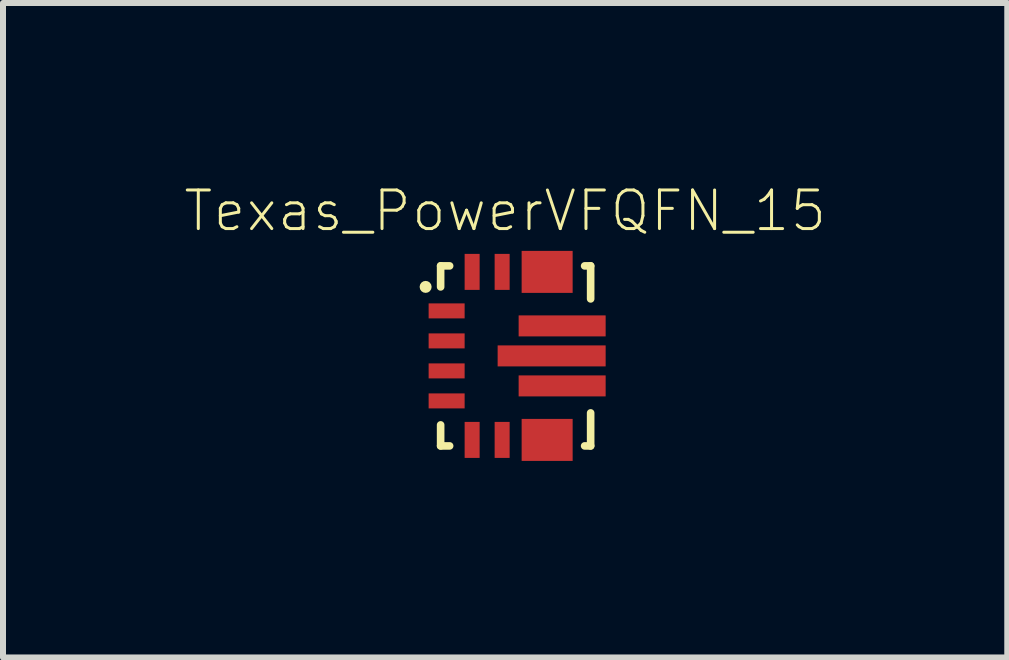
<source format=kicad_pcb>
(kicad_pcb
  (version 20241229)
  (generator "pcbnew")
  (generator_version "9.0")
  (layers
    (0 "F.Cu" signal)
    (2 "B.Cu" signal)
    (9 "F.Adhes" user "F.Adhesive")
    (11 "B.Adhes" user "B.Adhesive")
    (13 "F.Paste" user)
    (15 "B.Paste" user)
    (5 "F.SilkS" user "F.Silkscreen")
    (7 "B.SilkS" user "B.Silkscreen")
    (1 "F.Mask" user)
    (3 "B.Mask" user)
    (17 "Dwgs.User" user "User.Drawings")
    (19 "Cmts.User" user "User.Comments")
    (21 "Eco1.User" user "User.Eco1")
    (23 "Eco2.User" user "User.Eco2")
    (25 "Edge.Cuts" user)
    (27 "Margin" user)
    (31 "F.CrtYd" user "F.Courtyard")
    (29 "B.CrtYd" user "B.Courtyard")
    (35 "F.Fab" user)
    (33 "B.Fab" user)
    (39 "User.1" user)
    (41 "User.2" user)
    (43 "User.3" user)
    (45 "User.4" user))
  (footprint "Texas_PowerVFQFN_15"
    (layer "F.Cu")
    (at 5.543 2.881)
    (property "Reference" "Texas_PowerVFQFN_15" (at -0.175 -2.417 0) (layer "F.SilkS") (effects (font (size 0.643 0.643) (thickness 0.05))))
    (attr smd)
    (fp_line (start -1.45 -0.876) (end -0.85 -0.876) (stroke (width 0.1) (type solid)) (layer "F.Mask"))
    (fp_line (start -1.45 -0.8) (end -1.45 -0.876) (stroke (width 0.1) (type solid)) (layer "F.Mask"))
    (fp_line (start -1.45 -0.8) (end -0.85 -0.8) (stroke (width 0.1) (type solid)) (layer "F.Mask"))
    (fp_line (start -1.45 -0.72) (end -1.45 -0.8) (stroke (width 0.1) (type solid)) (layer "F.Mask"))
    (fp_line (start -1.45 -0.72) (end -0.85 -0.72) (stroke (width 0.1) (type solid)) (layer "F.Mask"))
    (fp_line (start -1.45 -0.625) (end -1.45 -0.72) (stroke (width 0.1) (type solid)) (layer "F.Mask"))
    (fp_line (start -1.45 -0.376) (end -0.85 -0.376) (stroke (width 0.1) (type solid)) (layer "F.Mask"))
    (fp_line (start -1.45 -0.3) (end -1.45 -0.376) (stroke (width 0.1) (type solid)) (layer "F.Mask"))
    (fp_line (start -1.45 -0.3) (end -0.85 -0.3) (stroke (width 0.1) (type solid)) (layer "F.Mask"))
    (fp_line (start -1.45 -0.22) (end -1.45 -0.3) (stroke (width 0.1) (type solid)) (layer "F.Mask"))
    (fp_line (start -1.45 -0.22) (end -0.85 -0.22) (stroke (width 0.1) (type solid)) (layer "F.Mask"))
    (fp_line (start -1.45 -0.125) (end -1.45 -0.22) (stroke (width 0.1) (type solid)) (layer "F.Mask"))
    (fp_line (start -1.45 0.124) (end -0.85 0.124) (stroke (width 0.1) (type solid)) (layer "F.Mask"))
    (fp_line (start -1.45 0.2) (end -1.45 0.124) (stroke (width 0.1) (type solid)) (layer "F.Mask"))
    (fp_line (start -1.45 0.2) (end -0.85 0.2) (stroke (width 0.1) (type solid)) (layer "F.Mask"))
    (fp_line (start -1.45 0.28) (end -1.45 0.2) (stroke (width 0.1) (type solid)) (layer "F.Mask"))
    (fp_line (start -1.45 0.28) (end -0.85 0.28) (stroke (width 0.1) (type solid)) (layer "F.Mask"))
    (fp_line (start -1.45 0.375) (end -1.45 0.28) (stroke (width 0.1) (type solid)) (layer "F.Mask"))
    (fp_line (start -1.45 0.624) (end -0.85 0.624) (stroke (width 0.1) (type solid)) (layer "F.Mask"))
    (fp_line (start -1.45 0.7) (end -1.45 0.624) (stroke (width 0.1) (type solid)) (layer "F.Mask"))
    (fp_line (start -1.45 0.7) (end -0.85 0.7) (stroke (width 0.1) (type solid)) (layer "F.Mask"))
    (fp_line (start -1.45 0.78) (end -1.45 0.7) (stroke (width 0.1) (type solid)) (layer "F.Mask"))
    (fp_line (start -1.45 0.78) (end -0.85 0.78) (stroke (width 0.1) (type solid)) (layer "F.Mask"))
    (fp_line (start -1.45 0.875) (end -1.45 0.78) (stroke (width 0.1) (type solid)) (layer "F.Mask"))
    (fp_line (start -0.851 -1.7) (end -0.775 -1.7) (stroke (width 0.1) (type solid)) (layer "F.Mask"))
    (fp_line (start -0.851 -1.1) (end -0.851 -1.7) (stroke (width 0.1) (type solid)) (layer "F.Mask"))
    (fp_line (start -0.851 1.1) (end -0.775 1.1) (stroke (width 0.1) (type solid)) (layer "F.Mask"))
    (fp_line (start -0.851 1.7) (end -0.851 1.1) (stroke (width 0.1) (type solid)) (layer "F.Mask"))
    (fp_line (start -0.85 -0.876) (end -0.85 -0.8) (stroke (width 0.1) (type solid)) (layer "F.Mask"))
    (fp_line (start -0.85 -0.8) (end -0.85 -0.72) (stroke (width 0.1) (type solid)) (layer "F.Mask"))
    (fp_line (start -0.85 -0.72) (end -0.85 -0.625) (stroke (width 0.1) (type solid)) (layer "F.Mask"))
    (fp_line (start -0.85 -0.625) (end -1.45 -0.625) (stroke (width 0.1) (type solid)) (layer "F.Mask"))
    (fp_line (start -0.85 -0.376) (end -0.85 -0.3) (stroke (width 0.1) (type solid)) (layer "F.Mask"))
    (fp_line (start -0.85 -0.3) (end -0.85 -0.22) (stroke (width 0.1) (type solid)) (layer "F.Mask"))
    (fp_line (start -0.85 -0.22) (end -0.85 -0.125) (stroke (width 0.1) (type solid)) (layer "F.Mask"))
    (fp_line (start -0.85 -0.125) (end -1.45 -0.125) (stroke (width 0.1) (type solid)) (layer "F.Mask"))
    (fp_line (start -0.85 0.124) (end -0.85 0.2) (stroke (width 0.1) (type solid)) (layer "F.Mask"))
    (fp_line (start -0.85 0.2) (end -0.85 0.28) (stroke (width 0.1) (type solid)) (layer "F.Mask"))
    (fp_line (start -0.85 0.28) (end -0.85 0.375) (stroke (width 0.1) (type solid)) (layer "F.Mask"))
    (fp_line (start -0.85 0.375) (end -1.45 0.375) (stroke (width 0.1) (type solid)) (layer "F.Mask"))
    (fp_line (start -0.85 0.624) (end -0.85 0.7) (stroke (width 0.1) (type solid)) (layer "F.Mask"))
    (fp_line (start -0.85 0.7) (end -0.85 0.78) (stroke (width 0.1) (type solid)) (layer "F.Mask"))
    (fp_line (start -0.85 0.78) (end -0.85 0.875) (stroke (width 0.1) (type solid)) (layer "F.Mask"))
    (fp_line (start -0.85 0.875) (end -1.45 0.875) (stroke (width 0.1) (type solid)) (layer "F.Mask"))
    (fp_line (start -0.775 -1.7) (end -0.695 -1.7) (stroke (width 0.1) (type solid)) (layer "F.Mask"))
    (fp_line (start -0.775 -1.1) (end -0.851 -1.1) (stroke (width 0.1) (type solid)) (layer "F.Mask"))
    (fp_line (start -0.775 -1.1) (end -0.775 -1.7) (stroke (width 0.1) (type solid)) (layer "F.Mask"))
    (fp_line (start -0.775 1.1) (end -0.695 1.1) (stroke (width 0.1) (type solid)) (layer "F.Mask"))
    (fp_line (start -0.775 1.7) (end -0.851 1.7) (stroke (width 0.1) (type solid)) (layer "F.Mask"))
    (fp_line (start -0.775 1.7) (end -0.775 1.1) (stroke (width 0.1) (type solid)) (layer "F.Mask"))
    (fp_line (start -0.695 -1.7) (end -0.6 -1.7) (stroke (width 0.1) (type solid)) (layer "F.Mask"))
    (fp_line (start -0.695 -1.1) (end -0.775 -1.1) (stroke (width 0.1) (type solid)) (layer "F.Mask"))
    (fp_line (start -0.695 -1.1) (end -0.695 -1.7) (stroke (width 0.1) (type solid)) (layer "F.Mask"))
    (fp_line (start -0.695 1.1) (end -0.6 1.1) (stroke (width 0.1) (type solid)) (layer "F.Mask"))
    (fp_line (start -0.695 1.7) (end -0.775 1.7) (stroke (width 0.1) (type solid)) (layer "F.Mask"))
    (fp_line (start -0.695 1.7) (end -0.695 1.1) (stroke (width 0.1) (type solid)) (layer "F.Mask"))
    (fp_line (start -0.6 -1.7) (end -0.6 -1.1) (stroke (width 0.1) (type solid)) (layer "F.Mask"))
    (fp_line (start -0.6 -1.1) (end -0.695 -1.1) (stroke (width 0.1) (type solid)) (layer "F.Mask"))
    (fp_line (start -0.6 1.1) (end -0.6 1.7) (stroke (width 0.1) (type solid)) (layer "F.Mask"))
    (fp_line (start -0.6 1.7) (end -0.695 1.7) (stroke (width 0.1) (type solid)) (layer "F.Mask"))
    (fp_line (start -0.351 -1.7) (end -0.275 -1.7) (stroke (width 0.1) (type solid)) (layer "F.Mask"))
    (fp_line (start -0.351 -1.1) (end -0.351 -1.7) (stroke (width 0.1) (type solid)) (layer "F.Mask"))
    (fp_line (start -0.351 1.1) (end -0.275 1.1) (stroke (width 0.1) (type solid)) (layer "F.Mask"))
    (fp_line (start -0.351 1.7) (end -0.351 1.1) (stroke (width 0.1) (type solid)) (layer "F.Mask"))
    (fp_line (start -0.275 -1.7) (end -0.195 -1.7) (stroke (width 0.1) (type solid)) (layer "F.Mask"))
    (fp_line (start -0.275 -1.1) (end -0.351 -1.1) (stroke (width 0.1) (type solid)) (layer "F.Mask"))
    (fp_line (start -0.275 -1.1) (end -0.275 -1.7) (stroke (width 0.1) (type solid)) (layer "F.Mask"))
    (fp_line (start -0.275 1.1) (end -0.195 1.1) (stroke (width 0.1) (type solid)) (layer "F.Mask"))
    (fp_line (start -0.275 1.7) (end -0.351 1.7) (stroke (width 0.1) (type solid)) (layer "F.Mask"))
    (fp_line (start -0.275 1.7) (end -0.275 1.1) (stroke (width 0.1) (type solid)) (layer "F.Mask"))
    (fp_line (start -0.225 -0.1) (end 1.425 -0.1) (stroke (width 0.05) (type solid)) (layer "F.Mask"))
    (fp_line (start -0.225 0.1) (end -0.225 -0.1) (stroke (width 0.05) (type solid)) (layer "F.Mask"))
    (fp_line (start -0.195 -1.7) (end -0.1 -1.7) (stroke (width 0.1) (type solid)) (layer "F.Mask"))
    (fp_line (start -0.195 -1.1) (end -0.275 -1.1) (stroke (width 0.1) (type solid)) (layer "F.Mask"))
    (fp_line (start -0.195 -1.1) (end -0.195 -1.7) (stroke (width 0.1) (type solid)) (layer "F.Mask"))
    (fp_line (start -0.195 1.1) (end -0.1 1.1) (stroke (width 0.1) (type solid)) (layer "F.Mask"))
    (fp_line (start -0.195 1.7) (end -0.275 1.7) (stroke (width 0.1) (type solid)) (layer "F.Mask"))
    (fp_line (start -0.195 1.7) (end -0.195 1.1) (stroke (width 0.1) (type solid)) (layer "F.Mask"))
    (fp_line (start -0.19 -0.04) (end 1.38 -0.04) (stroke (width 0.1) (type solid)) (layer "F.Mask"))
    (fp_line (start -0.19 0.05) (end 1.38 0.05) (stroke (width 0.1) (type solid)) (layer "F.Mask"))
    (fp_line (start -0.1 -1.7) (end -0.1 -1.1) (stroke (width 0.1) (type solid)) (layer "F.Mask"))
    (fp_line (start -0.1 -1.1) (end -0.195 -1.1) (stroke (width 0.1) (type solid)) (layer "F.Mask"))
    (fp_line (start -0.1 1.1) (end -0.1 1.7) (stroke (width 0.1) (type solid)) (layer "F.Mask"))
    (fp_line (start -0.1 1.7) (end -0.195 1.7) (stroke (width 0.1) (type solid)) (layer "F.Mask"))
    (fp_line (start 0.125 -0.6) (end 1.425 -0.6) (stroke (width 0.05) (type solid)) (layer "F.Mask"))
    (fp_line (start 0.125 -0.401) (end 0.125 -0.6) (stroke (width 0.05) (type solid)) (layer "F.Mask"))
    (fp_line (start 0.125 0.4) (end 1.425 0.4) (stroke (width 0.05) (type solid)) (layer "F.Mask"))
    (fp_line (start 0.125 0.599) (end 0.125 0.4) (stroke (width 0.05) (type solid)) (layer "F.Mask"))
    (fp_line (start 0.16 -0.56) (end 1.39 -0.56) (stroke (width 0.1) (type solid)) (layer "F.Mask"))
    (fp_line (start 0.16 -0.47) (end 1.39 -0.47) (stroke (width 0.1) (type solid)) (layer "F.Mask"))
    (fp_line (start 0.16 0.46) (end 1.39 0.46) (stroke (width 0.1) (type solid)) (layer "F.Mask"))
    (fp_line (start 0.16 0.54) (end 1.39 0.54) (stroke (width 0.1) (type solid)) (layer "F.Mask"))
    (fp_line (start 0.175 -1.675) (end 0.375 -1.675) (stroke (width 0.05) (type solid)) (layer "F.Mask"))
    (fp_line (start 0.175 -1.127) (end 0.175 -1.675) (stroke (width 0.05) (type solid)) (layer "F.Mask"))
    (fp_line (start 0.175 1.127) (end 0.875 1.127) (stroke (width 0.05) (type solid)) (layer "F.Mask"))
    (fp_line (start 0.175 1.675) (end 0.175 1.127) (stroke (width 0.05) (type solid)) (layer "F.Mask"))
    (fp_line (start 0.22 -1.64) (end 0.22 -1.17) (stroke (width 0.1) (type solid)) (layer "F.Mask"))
    (fp_line (start 0.24 1.64) (end 0.24 1.17) (stroke (width 0.1) (type solid)) (layer "F.Mask"))
    (fp_line (start 0.31 -1.64) (end 0.31 -1.17) (stroke (width 0.1) (type solid)) (layer "F.Mask"))
    (fp_line (start 0.33 1.64) (end 0.33 1.17) (stroke (width 0.1) (type solid)) (layer "F.Mask"))
    (fp_line (start 0.35 -1.28) (end 0.7 -1.28) (stroke (width 0.1) (type solid)) (layer "F.Mask"))
    (fp_line (start 0.35 -1.18) (end 0.71 -1.18) (stroke (width 0.1) (type solid)) (layer "F.Mask"))
    (fp_line (start 0.375 -1.675) (end 0.375 -1.325) (stroke (width 0.05) (type solid)) (layer "F.Mask"))
    (fp_line (start 0.375 -1.325) (end 0.675 -1.325) (stroke (width 0.05) (type solid)) (layer "F.Mask"))
    (fp_line (start 0.375 1.325) (end 0.375 1.675) (stroke (width 0.05) (type solid)) (layer "F.Mask"))
    (fp_line (start 0.375 1.675) (end 0.175 1.675) (stroke (width 0.05) (type solid)) (layer "F.Mask"))
    (fp_line (start 0.675 -1.675) (end 0.875 -1.675) (stroke (width 0.05) (type solid)) (layer "F.Mask"))
    (fp_line (start 0.675 -1.325) (end 0.675 -1.675) (stroke (width 0.05) (type solid)) (layer "F.Mask"))
    (fp_line (start 0.675 1.325) (end 0.375 1.325) (stroke (width 0.05) (type solid)) (layer "F.Mask"))
    (fp_line (start 0.675 1.675) (end 0.675 1.325) (stroke (width 0.05) (type solid)) (layer "F.Mask"))
    (fp_line (start 0.7 1.18) (end 0.34 1.18) (stroke (width 0.1) (type solid)) (layer "F.Mask"))
    (fp_line (start 0.7 1.28) (end 0.35 1.28) (stroke (width 0.1) (type solid)) (layer "F.Mask"))
    (fp_line (start 0.72 -1.64) (end 0.72 -1.17) (stroke (width 0.1) (type solid)) (layer "F.Mask"))
    (fp_line (start 0.74 1.64) (end 0.74 1.17) (stroke (width 0.1) (type solid)) (layer "F.Mask"))
    (fp_line (start 0.81 -1.64) (end 0.81 -1.17) (stroke (width 0.1) (type solid)) (layer "F.Mask"))
    (fp_line (start 0.83 1.64) (end 0.83 1.17) (stroke (width 0.1) (type solid)) (layer "F.Mask"))
    (fp_line (start 0.875 -1.675) (end 0.875 -1.127) (stroke (width 0.05) (type solid)) (layer "F.Mask"))
    (fp_line (start 0.875 -1.127) (end 0.175 -1.127) (stroke (width 0.05) (type solid)) (layer "F.Mask"))
    (fp_line (start 0.875 1.127) (end 0.875 1.675) (stroke (width 0.05) (type solid)) (layer "F.Mask"))
    (fp_line (start 0.875 1.675) (end 0.675 1.675) (stroke (width 0.05) (type solid)) (layer "F.Mask"))
    (fp_line (start 1.425 -0.6) (end 1.425 -0.401) (stroke (width 0.05) (type solid)) (layer "F.Mask"))
    (fp_line (start 1.425 -0.401) (end 0.125 -0.401) (stroke (width 0.05) (type solid)) (layer "F.Mask"))
    (fp_line (start 1.425 -0.1) (end 1.425 0.1) (stroke (width 0.05) (type solid)) (layer "F.Mask"))
    (fp_line (start 1.425 0.1) (end -0.225 0.1) (stroke (width 0.05) (type solid)) (layer "F.Mask"))
    (fp_line (start 1.425 0.4) (end 1.425 0.599) (stroke (width 0.05) (type solid)) (layer "F.Mask"))
    (fp_line (start 1.425 0.599) (end 0.125 0.599) (stroke (width 0.05) (type solid)) (layer "F.Mask"))
    (fp_line (start -1.25 -1.5) (end -1.25 -1.15) (stroke (width 0.127) (type solid)) (layer "F.SilkS"))
    (fp_line (start -1.25 1.5) (end -1.25 1.15) (stroke (width 0.127) (type solid)) (layer "F.SilkS"))
    (fp_line (start -1.1 -1.5) (end -1.25 -1.5) (stroke (width 0.127) (type solid)) (layer "F.SilkS"))
    (fp_line (start -1.1 1.5) (end -1.25 1.5) (stroke (width 0.127) (type solid)) (layer "F.SilkS"))
    (fp_line (start 1.15 -1.5) (end 1.25 -1.5) (stroke (width 0.127) (type solid)) (layer "F.SilkS"))
    (fp_line (start 1.25 -1.5) (end 1.25 -0.95) (stroke (width 0.127) (type solid)) (layer "F.SilkS"))
    (fp_line (start 1.25 0.95) (end 1.25 1.5) (stroke (width 0.127) (type solid)) (layer "F.SilkS"))
    (fp_line (start 1.25 1.5) (end 1.15 1.5) (stroke (width 0.127) (type solid)) (layer "F.SilkS"))
    (fp_circle (center -1.5 -1.15) (end -1.45 -1.15) (stroke (width 0.1) (type solid)) (fill no) (layer "F.SilkS"))
    (fp_line (start -0.196 -0.1) (end 0.475 -0.1) (stroke (width 0.05) (type solid)) (layer "F.Paste"))
    (fp_line (start -0.196 0.1) (end -0.196 -0.1) (stroke (width 0.05) (type solid)) (layer "F.Paste"))
    (fp_line (start -0.16 -0.05) (end 0.44 -0.05) (stroke (width 0.1) (type solid)) (layer "F.Paste"))
    (fp_line (start -0.15 0.04) (end 0.44 0.04) (stroke (width 0.1) (type solid)) (layer "F.Paste"))
    (fp_line (start 0.125 -0.6) (end 0.65 -0.6) (stroke (width 0.05) (type solid)) (layer "F.Paste"))
    (fp_line (start 0.125 -0.4) (end 0.125 -0.6) (stroke (width 0.05) (type solid)) (layer "F.Paste"))
    (fp_line (start 0.125 0.4) (end 0.65 0.4) (stroke (width 0.05) (type solid)) (layer "F.Paste"))
    (fp_line (start 0.125 0.6) (end 0.125 0.4) (stroke (width 0.05) (type solid)) (layer "F.Paste"))
    (fp_line (start 0.16 -0.53) (end 0.6 -0.53) (stroke (width 0.1) (type solid)) (layer "F.Paste"))
    (fp_line (start 0.16 0.47) (end 0.6 0.47) (stroke (width 0.1) (type solid)) (layer "F.Paste"))
    (fp_line (start 0.17 -0.45) (end 0.61 -0.45) (stroke (width 0.1) (type solid)) (layer "F.Paste"))
    (fp_line (start 0.17 0.55) (end 0.61 0.55) (stroke (width 0.1) (type solid)) (layer "F.Paste"))
    (fp_line (start 0.175 -1.675) (end 0.375 -1.675) (stroke (width 0.05) (type solid)) (layer "F.Paste"))
    (fp_line (start 0.175 -1.127) (end 0.175 -1.675) (stroke (width 0.05) (type solid)) (layer "F.Paste"))
    (fp_line (start 0.175 1.127) (end 0.875 1.127) (stroke (width 0.05) (type solid)) (layer "F.Paste"))
    (fp_line (start 0.175 1.675) (end 0.175 1.127) (stroke (width 0.05) (type solid)) (layer "F.Paste"))
    (fp_line (start 0.22 -1.64) (end 0.22 -1.17) (stroke (width 0.1) (type solid)) (layer "F.Paste"))
    (fp_line (start 0.24 1.64) (end 0.24 1.17) (stroke (width 0.1) (type solid)) (layer "F.Paste"))
    (fp_line (start 0.31 -1.64) (end 0.31 -1.17) (stroke (width 0.1) (type solid)) (layer "F.Paste"))
    (fp_line (start 0.33 1.64) (end 0.33 1.17) (stroke (width 0.1) (type solid)) (layer "F.Paste"))
    (fp_line (start 0.35 -1.28) (end 0.7 -1.28) (stroke (width 0.1) (type solid)) (layer "F.Paste"))
    (fp_line (start 0.35 -1.18) (end 0.71 -1.18) (stroke (width 0.1) (type solid)) (layer "F.Paste"))
    (fp_line (start 0.375 -1.675) (end 0.375 -1.325) (stroke (width 0.05) (type solid)) (layer "F.Paste"))
    (fp_line (start 0.375 -1.325) (end 0.675 -1.325) (stroke (width 0.05) (type solid)) (layer "F.Paste"))
    (fp_line (start 0.375 1.325) (end 0.375 1.675) (stroke (width 0.05) (type solid)) (layer "F.Paste"))
    (fp_line (start 0.375 1.675) (end 0.175 1.675) (stroke (width 0.05) (type solid)) (layer "F.Paste"))
    (fp_line (start 0.475 -0.1) (end 0.475 0.1) (stroke (width 0.05) (type solid)) (layer "F.Paste"))
    (fp_line (start 0.475 0.1) (end -0.196 0.1) (stroke (width 0.05) (type solid)) (layer "F.Paste"))
    (fp_line (start 0.65 -0.6) (end 0.65 -0.4) (stroke (width 0.05) (type solid)) (layer "F.Paste"))
    (fp_line (start 0.65 -0.4) (end 0.125 -0.4) (stroke (width 0.05) (type solid)) (layer "F.Paste"))
    (fp_line (start 0.65 0.4) (end 0.65 0.6) (stroke (width 0.05) (type solid)) (layer "F.Paste"))
    (fp_line (start 0.65 0.6) (end 0.125 0.6) (stroke (width 0.05) (type solid)) (layer "F.Paste"))
    (fp_line (start 0.675 -1.675) (end 0.875 -1.675) (stroke (width 0.05) (type solid)) (layer "F.Paste"))
    (fp_line (start 0.675 -1.325) (end 0.675 -1.675) (stroke (width 0.05) (type solid)) (layer "F.Paste"))
    (fp_line (start 0.675 1.325) (end 0.375 1.325) (stroke (width 0.05) (type solid)) (layer "F.Paste"))
    (fp_line (start 0.675 1.675) (end 0.675 1.325) (stroke (width 0.05) (type solid)) (layer "F.Paste"))
    (fp_line (start 0.7 1.18) (end 0.34 1.18) (stroke (width 0.1) (type solid)) (layer "F.Paste"))
    (fp_line (start 0.7 1.28) (end 0.35 1.28) (stroke (width 0.1) (type solid)) (layer "F.Paste"))
    (fp_line (start 0.72 -1.64) (end 0.72 -1.17) (stroke (width 0.1) (type solid)) (layer "F.Paste"))
    (fp_line (start 0.726 -0.1) (end 0.726 0.1) (stroke (width 0.05) (type solid)) (layer "F.Paste"))
    (fp_line (start 0.726 0.1) (end 1.395 0.1) (stroke (width 0.05) (type solid)) (layer "F.Paste"))
    (fp_line (start 0.74 1.64) (end 0.74 1.17) (stroke (width 0.1) (type solid)) (layer "F.Paste"))
    (fp_line (start 0.76 -0.04) (end 1.35 -0.04) (stroke (width 0.1) (type solid)) (layer "F.Paste"))
    (fp_line (start 0.77 0.04) (end 1.36 0.04) (stroke (width 0.1) (type solid)) (layer "F.Paste"))
    (fp_line (start 0.81 -1.64) (end 0.81 -1.17) (stroke (width 0.1) (type solid)) (layer "F.Paste"))
    (fp_line (start 0.83 1.64) (end 0.83 1.17) (stroke (width 0.1) (type solid)) (layer "F.Paste"))
    (fp_line (start 0.875 -1.675) (end 0.875 -1.127) (stroke (width 0.05) (type solid)) (layer "F.Paste"))
    (fp_line (start 0.875 -1.127) (end 0.175 -1.127) (stroke (width 0.05) (type solid)) (layer "F.Paste"))
    (fp_line (start 0.875 1.127) (end 0.875 1.675) (stroke (width 0.05) (type solid)) (layer "F.Paste"))
    (fp_line (start 0.875 1.675) (end 0.675 1.675) (stroke (width 0.05) (type solid)) (layer "F.Paste"))
    (fp_line (start 0.903 -0.6) (end 1.425 -0.6) (stroke (width 0.05) (type solid)) (layer "F.Paste"))
    (fp_line (start 0.903 -0.4) (end 0.903 -0.6) (stroke (width 0.05) (type solid)) (layer "F.Paste"))
    (fp_line (start 0.903 0.4) (end 1.425 0.4) (stroke (width 0.05) (type solid)) (layer "F.Paste"))
    (fp_line (start 0.903 0.6) (end 0.903 0.4) (stroke (width 0.05) (type solid)) (layer "F.Paste"))
    (fp_line (start 0.93 -0.54) (end 1.37 -0.54) (stroke (width 0.1) (type solid)) (layer "F.Paste"))
    (fp_line (start 0.93 0.46) (end 1.37 0.46) (stroke (width 0.1) (type solid)) (layer "F.Paste"))
    (fp_line (start 0.94 -0.46) (end 1.38 -0.46) (stroke (width 0.1) (type solid)) (layer "F.Paste"))
    (fp_line (start 0.94 0.54) (end 1.38 0.54) (stroke (width 0.1) (type solid)) (layer "F.Paste"))
    (fp_line (start 1.395 -0.1) (end 0.726 -0.1) (stroke (width 0.05) (type solid)) (layer "F.Paste"))
    (fp_line (start 1.395 0.1) (end 1.395 -0.1) (stroke (width 0.05) (type solid)) (layer "F.Paste"))
    (fp_line (start 1.425 -0.6) (end 1.425 -0.4) (stroke (width 0.05) (type solid)) (layer "F.Paste"))
    (fp_line (start 1.425 -0.4) (end 0.903 -0.4) (stroke (width 0.05) (type solid)) (layer "F.Paste"))
    (fp_line (start 1.425 0.4) (end 1.425 0.6) (stroke (width 0.05) (type solid)) (layer "F.Paste"))
    (fp_line (start 1.425 0.6) (end 0.903 0.6) (stroke (width 0.05) (type solid)) (layer "F.Paste"))
    (fp_line (start -1.7 -2) (end 1.7 -2) (stroke (width 0.05) (type solid)) (layer "Eco1.User"))
    (fp_line (start -1.7 2) (end -1.7 -2) (stroke (width 0.05) (type solid)) (layer "Eco1.User"))
    (fp_line (start 1.7 -2) (end 1.7 2) (stroke (width 0.05) (type solid)) (layer "Eco1.User"))
    (fp_line (start 1.7 2) (end -1.7 2) (stroke (width 0.05) (type solid)) (layer "Eco1.User"))
    (fp_line (start -1.25 -1.5) (end 1.25 -1.5) (stroke (width 0.127) (type solid)) (layer "Eco2.User"))
    (fp_line (start -1.25 1.5) (end -1.25 -1.5) (stroke (width 0.127) (type solid)) (layer "Eco2.User"))
    (fp_line (start 1.25 -1.5) (end 1.25 1.5) (stroke (width 0.127) (type solid)) (layer "Eco2.User"))
    (fp_line (start 1.25 1.5) (end -1.25 1.5) (stroke (width 0.127) (type solid)) (layer "Eco2.User"))
    (pad "1" smd rect (at -1.15 -0.75) (size 0.6 0.25) (layers "F.Cu" "F.Mask" "F.Paste"))
    (pad "2" smd rect (at -1.15 -0.25) (size 0.6 0.25) (layers "F.Cu" "F.Mask" "F.Paste"))
    (pad "3" smd rect (at -1.15 0.25) (size 0.6 0.25) (layers "F.Cu" "F.Mask" "F.Paste"))
    (pad "4" smd rect (at -1.15 0.75) (size 0.6 0.25) (layers "F.Cu" "F.Mask" "F.Paste"))
    (pad "5" smd rect (at -0.725 1.4 90) (size 0.6 0.25) (layers "F.Cu" "F.Mask" "F.Paste"))
    (pad "6" smd rect (at -0.225 1.4 90) (size 0.6 0.25) (layers "F.Cu" "F.Mask" "F.Paste"))
    (pad "9" smd rect (at 0.775 0.5) (size 1.45 0.35) (layers "F.Cu" "F.Mask" "F.Paste"))
    (pad "10" smd rect (at 0.6 0) (size 1.8 0.35) (layers "F.Cu" "F.Mask" "F.Paste"))
    (pad "11" smd rect (at 0.775 -0.5) (size 1.45 0.35) (layers "F.Cu" "F.Mask" "F.Paste"))
    (pad "14" smd rect (at -0.225 -1.4 90) (size 0.6 0.25) (layers "F.Cu" "F.Mask" "F.Paste"))
    (pad "15" smd rect (at -0.725 -1.4 90) (size 0.6 0.25) (layers "F.Cu" "F.Mask" "F.Paste"))
    (pad "78" smd rect (at 0.525 1.4) (size 0.85 0.7) (layers "F.Cu" "F.Mask" "F.Paste"))
    (pad "1213" smd rect (at 0.525 -1.4) (size 0.85 0.7) (layers "F.Cu" "F.Mask" "F.Paste")))
  (gr_rect
    (start -3 -3)
    (end 13.736 7.906)
    (stroke (width 0.1) (type default))
    (fill no)
    (layer "Edge.Cuts")))
</source>
